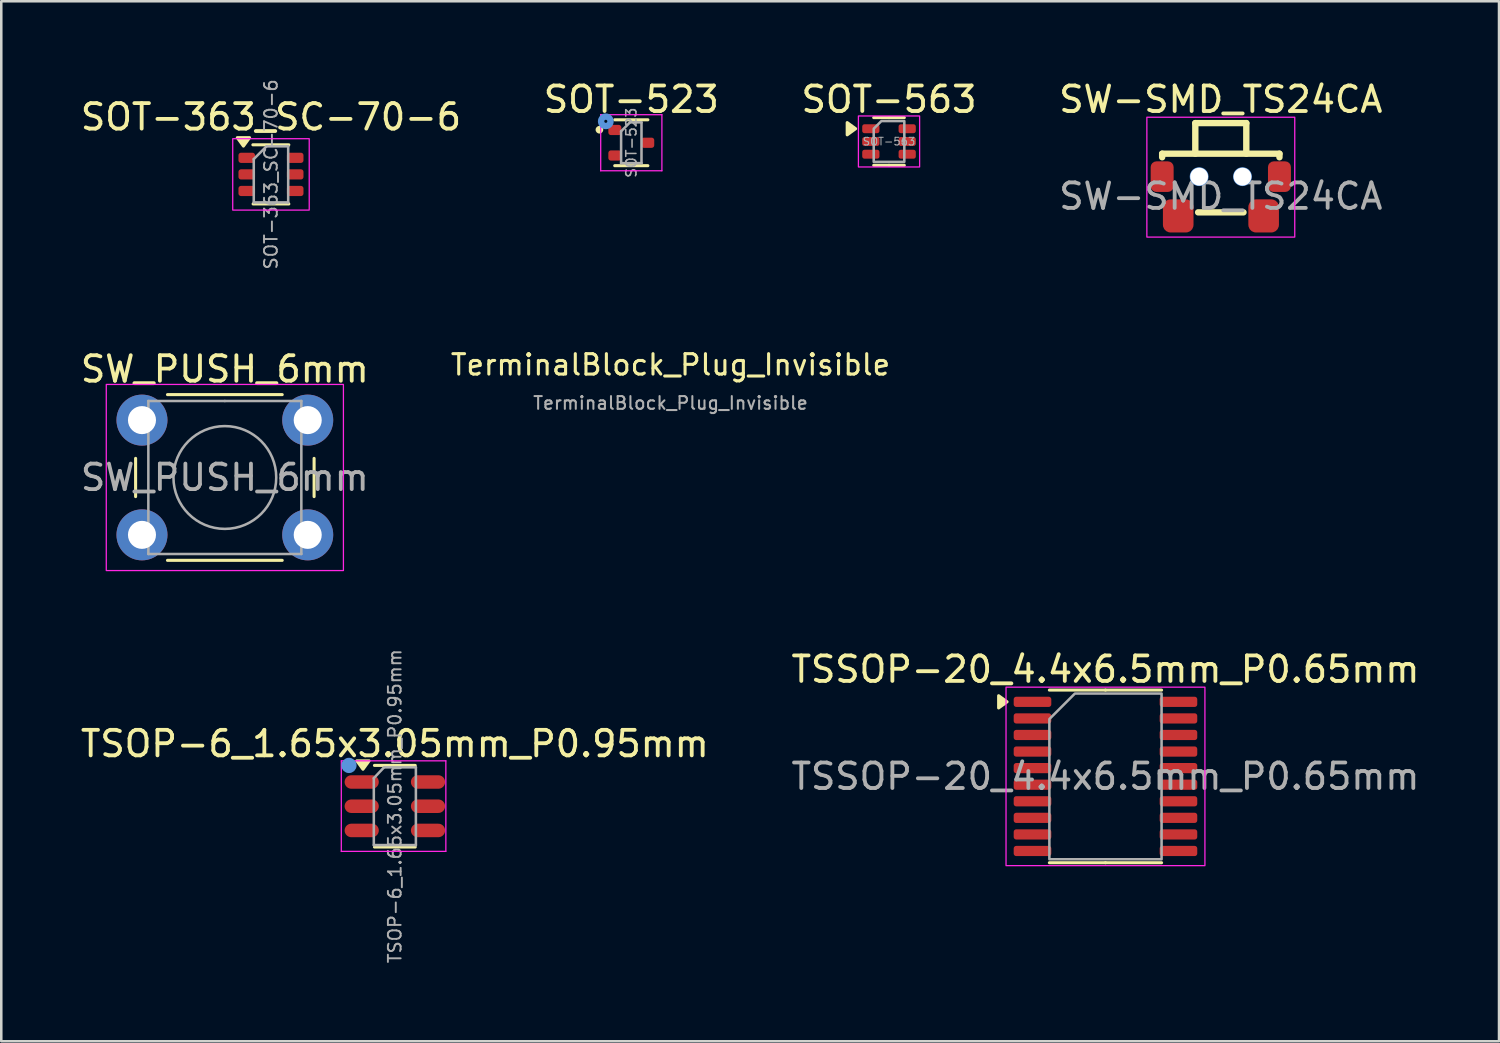
<source format=kicad_pcb>
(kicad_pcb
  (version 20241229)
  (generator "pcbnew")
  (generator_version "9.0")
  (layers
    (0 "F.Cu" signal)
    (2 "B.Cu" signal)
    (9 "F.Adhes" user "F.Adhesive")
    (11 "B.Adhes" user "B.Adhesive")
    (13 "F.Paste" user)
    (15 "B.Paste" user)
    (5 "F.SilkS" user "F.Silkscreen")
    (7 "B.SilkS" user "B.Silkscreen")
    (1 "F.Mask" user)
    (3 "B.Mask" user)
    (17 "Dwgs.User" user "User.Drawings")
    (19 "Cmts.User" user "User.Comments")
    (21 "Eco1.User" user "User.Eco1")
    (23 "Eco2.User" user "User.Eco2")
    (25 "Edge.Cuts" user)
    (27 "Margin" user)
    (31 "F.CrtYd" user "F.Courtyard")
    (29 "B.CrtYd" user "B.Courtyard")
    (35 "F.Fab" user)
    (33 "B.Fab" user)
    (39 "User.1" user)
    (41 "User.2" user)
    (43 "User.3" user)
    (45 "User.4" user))
  (footprint "SOT-363_SC-70-6"
    (layer "F.Cu")
    (at 7.577 3.789)
    (property "Reference" "SOT-363_SC-70-6" (at 0 -2.25 0) (layer "F.SilkS") (effects (font (size 1 1) (thickness 0.15))))
    (attr smd)
    (fp_line (start -0.71 -1.16) (end 0.7 -1.16) (stroke (width 0.12) (type solid)) (layer "F.SilkS"))
    (fp_line (start -0.7 1.16) (end 0.7 1.16) (stroke (width 0.12) (type solid)) (layer "F.SilkS"))
    (fp_poly (pts (xy -1.08 -1.11) (xy -1.32 -1.44) (xy -0.84 -1.44) (xy -1.08 -1.11)) (stroke (width 0.12) (type solid)) (fill yes) (layer "F.SilkS"))
    (fp_rect (start -1.5 -1.4) (end 1.5 1.4) (stroke (width 0.05) (type default)) (fill no) (layer "F.CrtYd"))
    (fp_line (start -0.675 -0.6) (end -0.675 1.1) (stroke (width 0.1) (type solid)) (layer "F.Fab"))
    (fp_line (start -0.175 -1.1) (end -0.675 -0.6) (stroke (width 0.1) (type solid)) (layer "F.Fab"))
    (fp_line (start 0.675 -1.1) (end -0.175 -1.1) (stroke (width 0.1) (type solid)) (layer "F.Fab"))
    (fp_line (start 0.675 -1.1) (end 0.675 1.1) (stroke (width 0.1) (type solid)) (layer "F.Fab"))
    (fp_line (start 0.675 1.1) (end -0.675 1.1) (stroke (width 0.1) (type solid)) (layer "F.Fab"))
    (fp_text user "${REFERENCE}" (at 0 0 90) (layer "F.Fab") (effects (font (size 0.5 0.5) (thickness 0.075))))
    (pad "1" smd roundrect (at -0.95 -0.65) (size 0.65 0.4) (layers "F.Cu" "F.Mask" "F.Paste") (roundrect_rratio 0.25))
    (pad "2" smd roundrect (at -0.95 0) (size 0.65 0.4) (layers "F.Cu" "F.Mask" "F.Paste") (roundrect_rratio 0.25))
    (pad "3" smd roundrect (at -0.95 0.65) (size 0.65 0.4) (layers "F.Cu" "F.Mask" "F.Paste") (roundrect_rratio 0.25))
    (pad "4" smd roundrect (at 0.95 0.65) (size 0.65 0.4) (layers "F.Cu" "F.Mask" "F.Paste") (roundrect_rratio 0.25))
    (pad "5" smd roundrect (at 0.95 0) (size 0.65 0.4) (layers "F.Cu" "F.Mask" "F.Paste") (roundrect_rratio 0.25))
    (pad "6" smd roundrect (at 0.95 -0.65) (size 0.65 0.4) (layers "F.Cu" "F.Mask" "F.Paste") (roundrect_rratio 0.25)))
  (footprint "SOT-523"
    (layer "F.Cu")
    (at 21.708 2.548)
    (property "Reference" "SOT-523" (at 0 -1.7 0) (layer "F.SilkS") (effects (font (size 1 1) (thickness 0.15))))
    (attr smd)
    (fp_line (start 0.65 -0.9) (end -0.65 -0.9) (stroke (width 0.12) (type solid)) (layer "F.SilkS"))
    (fp_line (start 0.65 0.9) (end -0.65 0.9) (stroke (width 0.12) (type solid)) (layer "F.SilkS"))
    (fp_circle (center -1.25 -0.51) (end -1.1 -0.51) (stroke (width 0) (type solid)) (fill yes) (layer "F.SilkS"))
    (fp_circle (center -1 -0.84) (end -0.94 -0.84) (stroke (width 0.25) (type solid)) (fill no) (layer "Cmts.User"))
    (fp_line (start -1.2 -1.1) (end -1.2 1.1) (stroke (width 0.05) (type solid)) (layer "F.CrtYd"))
    (fp_line (start -1.2 -1.1) (end 1.2 -1.1) (stroke (width 0.05) (type solid)) (layer "F.CrtYd"))
    (fp_line (start 1.2 1.1) (end -1.2 1.1) (stroke (width 0.05) (type solid)) (layer "F.CrtYd"))
    (fp_line (start 1.2 1.1) (end 1.2 -1.1) (stroke (width 0.05) (type solid)) (layer "F.CrtYd"))
    (fp_line (start -0.4 -0.45) (end -0.4 0.8) (stroke (width 0.1) (type solid)) (layer "F.Fab"))
    (fp_line (start -0.4 -0.45) (end -0.05 -0.8) (stroke (width 0.1) (type solid)) (layer "F.Fab"))
    (fp_line (start -0.4 0.8) (end 0.4 0.8) (stroke (width 0.1) (type solid)) (layer "F.Fab"))
    (fp_line (start 0.4 -0.8) (end -0.05 -0.8) (stroke (width 0.1) (type solid)) (layer "F.Fab"))
    (fp_line (start 0.4 0.8) (end 0.4 -0.8) (stroke (width 0.1) (type solid)) (layer "F.Fab"))
    (fp_text user "${REFERENCE}" (at 0 0 270) (layer "F.Fab") (effects (font (size 0.4 0.4) (thickness 0.062))))
    (pad "1" smd roundrect (at -0.645 -0.5 180) (size 0.51 0.4) (layers "F.Cu" "F.Mask" "F.Paste") (roundrect_rratio 0.25))
    (pad "2" smd roundrect (at -0.645 0.5 180) (size 0.51 0.4) (layers "F.Cu" "F.Mask" "F.Paste") (roundrect_rratio 0.25))
    (pad "3" smd roundrect (at 0.645 0 180) (size 0.51 0.4) (layers "F.Cu" "F.Mask" "F.Paste") (roundrect_rratio 0.25)))
  (footprint "TSOP-6_1.65x3.05mm_P0.95mm"
    (layer "F.Cu")
    (at 12.435 28.568)
    (property "Reference" "TSOP-6_1.65x3.05mm_P0.95mm" (at 0 -2.45 0) (layer "F.SilkS") (effects (font (size 1 1) (thickness 0.15))))
    (attr smd)
    (fp_line (start -0.8 -1.6) (end 0.8 -1.6) (stroke (width 0.12) (type solid)) (layer "F.SilkS"))
    (fp_line (start -0.8 1.6) (end 0.8 1.6) (stroke (width 0.12) (type solid)) (layer "F.SilkS"))
    (fp_poly (pts (xy -1.25 -1.45) (xy -1.49 -1.78) (xy -1.01 -1.78) (xy -1.25 -1.45)) (stroke (width 0.12) (type solid)) (fill yes) (layer "F.SilkS"))
    (fp_circle (center -1.8 -1.6) (end -1.65 -1.6) (stroke (width 0.3) (type solid)) (fill no) (layer "Cmts.User"))
    (fp_line (start -2.1 -1.78) (end 2 -1.78) (stroke (width 0.05) (type solid)) (layer "F.CrtYd"))
    (fp_line (start -2.1 -1.775) (end -2.1 1.775) (stroke (width 0.05) (type solid)) (layer "F.CrtYd"))
    (fp_line (start 2 1.77) (end -2.1 1.77) (stroke (width 0.05) (type solid)) (layer "F.CrtYd"))
    (fp_line (start 2 1.77) (end 2 -1.78) (stroke (width 0.05) (type solid)) (layer "F.CrtYd"))
    (fp_line (start -0.825 -1.1) (end -0.825 1.525) (stroke (width 0.1) (type solid)) (layer "F.Fab"))
    (fp_line (start -0.825 -1.1) (end -0.425 -1.525) (stroke (width 0.1) (type solid)) (layer "F.Fab"))
    (fp_line (start 0.825 -1.525) (end -0.425 -1.525) (stroke (width 0.1) (type solid)) (layer "F.Fab"))
    (fp_line (start 0.825 -1.525) (end 0.825 1.525) (stroke (width 0.1) (type solid)) (layer "F.Fab"))
    (fp_line (start 0.825 1.525) (end -0.825 1.525) (stroke (width 0.1) (type solid)) (layer "F.Fab"))
    (fp_text user "${REFERENCE}" (at 0 0 90) (layer "F.Fab") (effects (font (size 0.5 0.5) (thickness 0.075))))
    (pad "1" smd oval (at -1.3 -0.95 270) (size 0.53 1.34) (layers "F.Cu" "F.Mask" "F.Paste"))
    (pad "2" smd oval (at -1.3 0 270) (size 0.53 1.34) (layers "F.Cu" "F.Mask" "F.Paste"))
    (pad "3" smd oval (at -1.3 0.95 270) (size 0.53 1.34) (layers "F.Cu" "F.Mask" "F.Paste"))
    (pad "4" smd oval (at 1.3 0.95 270) (size 0.53 1.34) (layers "F.Cu" "F.Mask" "F.Paste"))
    (pad "5" smd oval (at 1.3 0 270) (size 0.53 1.34) (layers "F.Cu" "F.Mask" "F.Paste"))
    (pad "6" smd oval (at 1.3 -0.95 270) (size 0.53 1.34) (layers "F.Cu" "F.Mask" "F.Paste")))
  (footprint "SOT-563"
    (layer "F.Cu")
    (at 31.815 2.498)
    (property "Reference" "SOT-563" (at 0 -1.65 0) (layer "F.SilkS") (effects (font (size 1 1) (thickness 0.15))))
    (attr smd)
    (fp_line (start 0 -0.935) (end -0.6 -0.935) (stroke (width 0.12) (type solid)) (layer "F.SilkS"))
    (fp_line (start 0 -0.935) (end 0.6 -0.935) (stroke (width 0.12) (type solid)) (layer "F.SilkS"))
    (fp_line (start 0 0.935) (end -0.6 0.935) (stroke (width 0.12) (type solid)) (layer "F.SilkS"))
    (fp_line (start 0 0.935) (end 0.6 0.935) (stroke (width 0.12) (type solid)) (layer "F.SilkS"))
    (fp_poly (pts (xy -1.31 -0.5) (xy -1.64 -0.26) (xy -1.64 -0.74)) (stroke (width 0.12) (type solid)) (fill yes) (layer "F.SilkS"))
    (fp_rect (start -1.2 -1) (end 1.2 1) (stroke (width 0.05) (type default)) (fill no) (layer "F.CrtYd"))
    (fp_poly (pts (xy -0.6 -0.5) (xy -0.6 0.8) (xy 0.6 0.8) (xy 0.6 -0.8) (xy -0.3 -0.8)) (stroke (width 0.1) (type solid)) (fill no) (layer "F.Fab"))
    (fp_text user "${REFERENCE}" (at 0 0 0) (layer "F.Fab") (effects (font (size 0.3 0.3) (thickness 0.04))))
    (pad "1" smd roundrect (at -0.713 -0.5) (size 0.675 0.35) (layers "F.Cu" "F.Mask" "F.Paste") (roundrect_rratio 0.25))
    (pad "2" smd roundrect (at -0.713 0) (size 0.675 0.35) (layers "F.Cu" "F.Mask" "F.Paste") (roundrect_rratio 0.25))
    (pad "3" smd roundrect (at -0.713 0.5) (size 0.675 0.35) (layers "F.Cu" "F.Mask" "F.Paste") (roundrect_rratio 0.25))
    (pad "4" smd roundrect (at 0.713 0.5) (size 0.675 0.35) (layers "F.Cu" "F.Mask" "F.Paste") (roundrect_rratio 0.25))
    (pad "5" smd roundrect (at 0.713 0) (size 0.675 0.35) (layers "F.Cu" "F.Mask" "F.Paste") (roundrect_rratio 0.25))
    (pad "6" smd roundrect (at 0.713 -0.5) (size 0.675 0.35) (layers "F.Cu" "F.Mask" "F.Paste") (roundrect_rratio 0.25)))
  (footprint "TSSOP-20_4.4x6.5mm_P0.65mm"
    (layer "F.Cu")
    (at 40.304 27.399)
    (property "Reference" "TSSOP-20_4.4x6.5mm_P0.65mm" (at 0 -4.2 0) (layer "F.SilkS") (effects (font (size 1 1) (thickness 0.15))))
    (attr smd)
    (fp_line (start 0 -3.385) (end -2.2 -3.385) (stroke (width 0.12) (type solid)) (layer "F.SilkS"))
    (fp_line (start 0 -3.385) (end 2.2 -3.385) (stroke (width 0.12) (type solid)) (layer "F.SilkS"))
    (fp_line (start 0 3.385) (end -2.2 3.385) (stroke (width 0.12) (type solid)) (layer "F.SilkS"))
    (fp_line (start 0 3.385) (end 2.2 3.385) (stroke (width 0.12) (type solid)) (layer "F.SilkS"))
    (fp_poly (pts (xy -3.86 -2.925) (xy -4.19 -2.685) (xy -4.19 -3.165)) (stroke (width 0.12) (type solid)) (fill yes) (layer "F.SilkS"))
    (fp_rect (start -3.9 -3.5) (end 3.9 3.5) (stroke (width 0.05) (type default)) (fill no) (layer "F.CrtYd"))
    (fp_poly (pts (xy -2.2 -2.25) (xy -2.2 3.25) (xy 2.2 3.25) (xy 2.2 -3.25) (xy -1.2 -3.25)) (stroke (width 0.1) (type solid)) (fill no) (layer "F.Fab"))
    (fp_text user "${REFERENCE}" (at 0 0 0) (layer "F.Fab") (effects (font (size 1 1) (thickness 0.15))))
    (pad "1" smd roundrect (at -2.862 -2.925) (size 1.475 0.4) (layers "F.Cu" "F.Mask" "F.Paste") (roundrect_rratio 0.25))
    (pad "2" smd roundrect (at -2.862 -2.275) (size 1.475 0.4) (layers "F.Cu" "F.Mask" "F.Paste") (roundrect_rratio 0.25))
    (pad "3" smd roundrect (at -2.862 -1.625) (size 1.475 0.4) (layers "F.Cu" "F.Mask" "F.Paste") (roundrect_rratio 0.25))
    (pad "4" smd roundrect (at -2.862 -0.975) (size 1.475 0.4) (layers "F.Cu" "F.Mask" "F.Paste") (roundrect_rratio 0.25))
    (pad "5" smd roundrect (at -2.862 -0.325) (size 1.475 0.4) (layers "F.Cu" "F.Mask" "F.Paste") (roundrect_rratio 0.25))
    (pad "6" smd roundrect (at -2.862 0.325) (size 1.475 0.4) (layers "F.Cu" "F.Mask" "F.Paste") (roundrect_rratio 0.25))
    (pad "7" smd roundrect (at -2.862 0.975) (size 1.475 0.4) (layers "F.Cu" "F.Mask" "F.Paste") (roundrect_rratio 0.25))
    (pad "8" smd roundrect (at -2.862 1.625) (size 1.475 0.4) (layers "F.Cu" "F.Mask" "F.Paste") (roundrect_rratio 0.25))
    (pad "9" smd roundrect (at -2.862 2.275) (size 1.475 0.4) (layers "F.Cu" "F.Mask" "F.Paste") (roundrect_rratio 0.25))
    (pad "10" smd roundrect (at -2.862 2.925) (size 1.475 0.4) (layers "F.Cu" "F.Mask" "F.Paste") (roundrect_rratio 0.25))
    (pad "11" smd roundrect (at 2.862 2.925) (size 1.475 0.4) (layers "F.Cu" "F.Mask" "F.Paste") (roundrect_rratio 0.25))
    (pad "12" smd roundrect (at 2.862 2.275) (size 1.475 0.4) (layers "F.Cu" "F.Mask" "F.Paste") (roundrect_rratio 0.25))
    (pad "13" smd roundrect (at 2.862 1.625) (size 1.475 0.4) (layers "F.Cu" "F.Mask" "F.Paste") (roundrect_rratio 0.25))
    (pad "14" smd roundrect (at 2.862 0.975) (size 1.475 0.4) (layers "F.Cu" "F.Mask" "F.Paste") (roundrect_rratio 0.25))
    (pad "15" smd roundrect (at 2.862 0.325) (size 1.475 0.4) (layers "F.Cu" "F.Mask" "F.Paste") (roundrect_rratio 0.25))
    (pad "16" smd roundrect (at 2.862 -0.325) (size 1.475 0.4) (layers "F.Cu" "F.Mask" "F.Paste") (roundrect_rratio 0.25))
    (pad "17" smd roundrect (at 2.862 -0.975) (size 1.475 0.4) (layers "F.Cu" "F.Mask" "F.Paste") (roundrect_rratio 0.25))
    (pad "18" smd roundrect (at 2.862 -1.625) (size 1.475 0.4) (layers "F.Cu" "F.Mask" "F.Paste") (roundrect_rratio 0.25))
    (pad "19" smd roundrect (at 2.862 -2.275) (size 1.475 0.4) (layers "F.Cu" "F.Mask" "F.Paste") (roundrect_rratio 0.25))
    (pad "20" smd roundrect (at 2.862 -2.925) (size 1.475 0.4) (layers "F.Cu" "F.Mask" "F.Paste") (roundrect_rratio 0.25)))
  (footprint "TerminalBlock_Plug_Invisible"
    (layer "F.Cu")
    (at 23.245 12.756)
    (property "Reference" "TerminalBlock_Plug_Invisible" (at 0 -1.5 0) (layer "F.SilkS") (effects (font (size 0.8 0.8) (thickness 0.12))))
    (attr exclude_from_pos_files allow_missing_courtyard)
    (fp_text user "${REFERENCE}" (at 0 0 0) (layer "F.Fab") (effects (font (size 0.5 0.5) (thickness 0.08)))))
  (footprint "SW-SMD_TS24CA"
    (layer "F.Cu")
    (at 44.827 4.648)
    (property "Reference" "SW-SMD_TS24CA" (at 0 -3.8 0) (layer "F.SilkS") (effects (font (size 1 1) (thickness 0.15))))
    (attr smd)
    (fp_line (start -2.3 -1.67) (end 2.3 -1.67) (stroke (width 0.25) (type solid)) (layer "F.SilkS"))
    (fp_line (start -2.3 -1.53) (end -2.3 -1.67) (stroke (width 0.25) (type solid)) (layer "F.SilkS"))
    (fp_line (start -1 -2.87) (end -1 -1.67) (stroke (width 0.25) (type solid)) (layer "F.SilkS"))
    (fp_line (start -1 -2.87) (end 1 -2.87) (stroke (width 0.25) (type solid)) (layer "F.SilkS"))
    (fp_line (start -0.89 0.63) (end 0.89 0.63) (stroke (width 0.25) (type solid)) (layer "F.SilkS"))
    (fp_line (start 1 -2.87) (end 1 -1.67) (stroke (width 0.25) (type solid)) (layer "F.SilkS"))
    (fp_line (start 2.3 -1.67) (end 2.3 -1.53) (stroke (width 0.25) (type solid)) (layer "F.SilkS"))
    (fp_circle (center -0.85 -0.77) (end -0.73 -0.77) (stroke (width 0.25) (type solid)) (fill no) (layer "Cmts.User"))
    (fp_circle (center 0.85 -0.77) (end 0.97 -0.77) (stroke (width 0.25) (type solid)) (fill no) (layer "Cmts.User"))
    (fp_rect (start -2.9 -3.1) (end 2.9 1.6) (stroke (width 0.05) (type default)) (fill no) (layer "F.CrtYd"))
    (fp_text user "${REFERENCE}" (at 0 0 0) (layer "F.Fab") (effects (font (size 1 1) (thickness 0.15))))
    (pad "" np_thru_hole circle (at -0.85 -0.77) (size 0.7 0.7) (drill 0.7) (layers "*.Cu" "*.Mask"))
    (pad "" np_thru_hole circle (at 0.85 -0.77) (size 0.7 0.7) (drill 0.7) (layers "*.Cu" "*.Mask"))
    (pad "1" smd roundrect (at -1.67 0.77 180) (size 1.2 1.3) (layers "F.Cu" "F.Mask" "F.Paste") (roundrect_rratio 0.25))
    (pad "2" smd roundrect (at 1.68 0.77 180) (size 1.2 1.3) (layers "F.Cu" "F.Mask" "F.Paste") (roundrect_rratio 0.25))
    (pad "3" smd roundrect (at -2.3 -0.77) (size 0.9 1.2) (layers "F.Cu" "F.Mask" "F.Paste") (roundrect_rratio 0.25))
    (pad "4" smd roundrect (at 2.3 -0.77 180) (size 0.9 1.2) (layers "F.Cu" "F.Mask" "F.Paste") (roundrect_rratio 0.25)))
  (footprint "SW_PUSH_6mm"
    (layer "F.Cu")
    (at 2.518 13.426)
    (property "Reference" "SW_PUSH_6mm" (at 3.25 -2 0) (layer "F.SilkS") (effects (font (size 1 1) (thickness 0.15))))
    (attr through_hole)
    (fp_line (start -0.25 1.5) (end -0.25 3) (stroke (width 0.12) (type solid)) (layer "F.SilkS"))
    (fp_line (start 1 5.5) (end 5.5 5.5) (stroke (width 0.12) (type solid)) (layer "F.SilkS"))
    (fp_line (start 5.5 -1) (end 1 -1) (stroke (width 0.12) (type solid)) (layer "F.SilkS"))
    (fp_line (start 6.75 3) (end 6.75 1.5) (stroke (width 0.12) (type solid)) (layer "F.SilkS"))
    (fp_rect (start -1.4 -1.4) (end 7.9 5.9) (stroke (width 0.05) (type default)) (fill no) (layer "F.CrtYd"))
    (fp_line (start 0.25 -0.75) (end 3.25 -0.75) (stroke (width 0.1) (type solid)) (layer "F.Fab"))
    (fp_line (start 0.25 5.25) (end 0.25 -0.75) (stroke (width 0.1) (type solid)) (layer "F.Fab"))
    (fp_line (start 3.25 -0.75) (end 6.25 -0.75) (stroke (width 0.1) (type solid)) (layer "F.Fab"))
    (fp_line (start 6.25 -0.75) (end 6.25 5.25) (stroke (width 0.1) (type solid)) (layer "F.Fab"))
    (fp_line (start 6.25 5.25) (end 0.25 5.25) (stroke (width 0.1) (type solid)) (layer "F.Fab"))
    (fp_circle (center 3.25 2.25) (end 1.25 2.5) (stroke (width 0.1) (type solid)) (fill no) (layer "F.Fab"))
    (fp_text user "${REFERENCE}" (at 3.25 2.25 0) (layer "F.Fab") (effects (font (size 1 1) (thickness 0.15))))
    (pad "1" thru_hole circle (at 0 0 90) (size 2 2) (drill 1.1) (layers "*.Cu" "*.Mask"))
    (pad "1" thru_hole circle (at 6.5 0 90) (size 2 2) (drill 1.1) (layers "*.Cu" "*.Mask"))
    (pad "2" thru_hole circle (at 0 4.5 90) (size 2 2) (drill 1.1) (layers "*.Cu" "*.Mask"))
    (pad "2" thru_hole circle (at 6.5 4.5 90) (size 2 2) (drill 1.1) (layers "*.Cu" "*.Mask")))
  (gr_rect
    (start -3 -3)
    (end 55.738 37.785)
    (stroke (width 0.1) (type default))
    (fill no)
    (layer "Edge.Cuts")))
</source>
